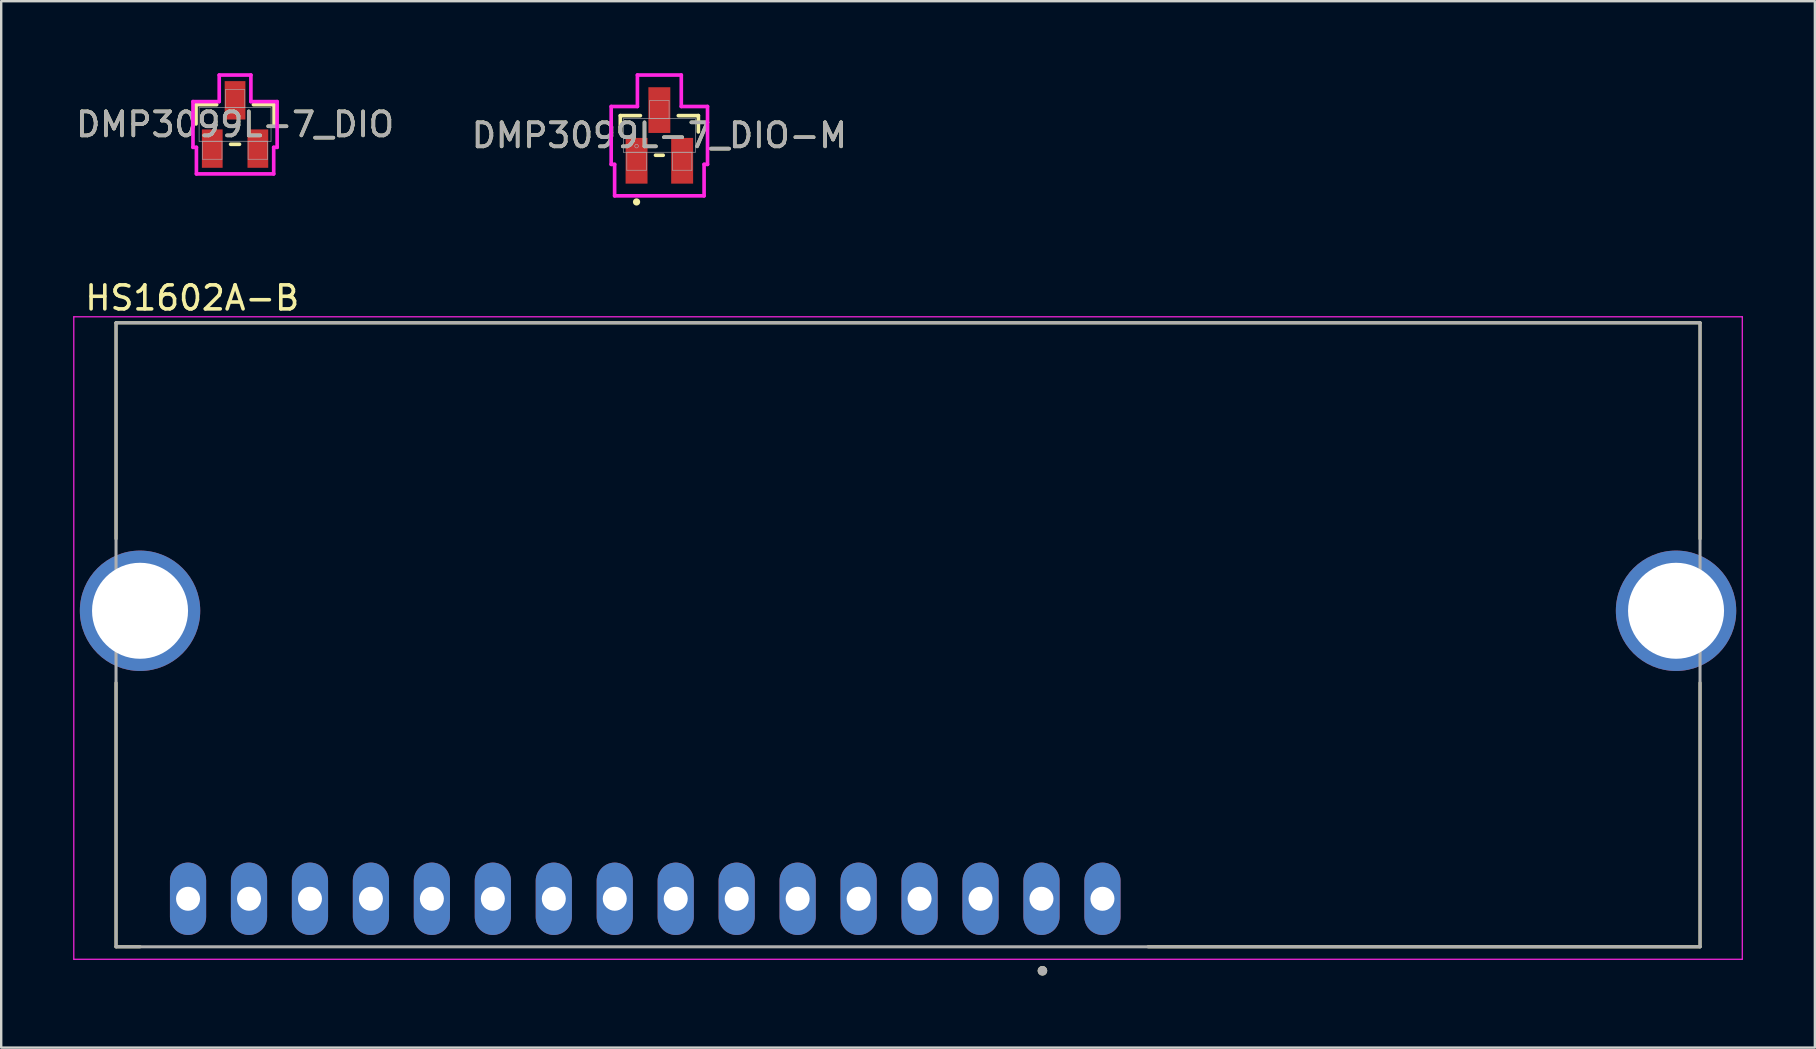
<source format=kicad_pcb>
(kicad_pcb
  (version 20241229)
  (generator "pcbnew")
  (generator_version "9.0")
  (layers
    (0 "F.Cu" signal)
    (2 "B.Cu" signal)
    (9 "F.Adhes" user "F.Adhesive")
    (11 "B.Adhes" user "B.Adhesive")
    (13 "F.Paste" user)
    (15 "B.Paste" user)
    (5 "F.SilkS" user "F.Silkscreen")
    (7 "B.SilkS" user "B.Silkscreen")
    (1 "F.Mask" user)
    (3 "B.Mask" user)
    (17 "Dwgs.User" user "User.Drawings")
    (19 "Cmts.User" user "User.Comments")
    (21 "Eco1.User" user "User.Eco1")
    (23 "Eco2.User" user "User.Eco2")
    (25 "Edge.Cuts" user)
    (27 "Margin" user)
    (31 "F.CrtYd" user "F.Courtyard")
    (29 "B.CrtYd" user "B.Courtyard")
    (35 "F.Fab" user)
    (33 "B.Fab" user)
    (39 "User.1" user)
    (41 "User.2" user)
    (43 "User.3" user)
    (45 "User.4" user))
  (footprint "DMP3099L-7_DIO-M"
    (layer "F.Cu")
    (at 24.423 2.593)
    (property "Reference" "DMP3099L-7_DIO-M" (at 0 0 0) (unlocked yes) (layer "F.SilkS") (effects (font (size 1 1) (thickness 0.15))))
    (attr smd)
    (fp_line (start -1.626 -0.826) (end -1.626 -0.147) (stroke (width 0.152) (type solid)) (layer "F.SilkS"))
    (fp_line (start -0.79 -0.826) (end -1.626 -0.826) (stroke (width 0.152) (type solid)) (layer "F.SilkS"))
    (fp_line (start -0.16 0.826) (end 0.16 0.826) (stroke (width 0.152) (type solid)) (layer "F.SilkS"))
    (fp_line (start 1.626 -0.826) (end 0.79 -0.826) (stroke (width 0.152) (type solid)) (layer "F.SilkS"))
    (fp_line (start 1.626 -0.147) (end 1.626 -0.826) (stroke (width 0.152) (type solid)) (layer "F.SilkS"))
    (fp_circle (center -0.95 2.771) (end -0.874 2.771) (stroke (width 0.152) (type solid)) (fill no) (layer "F.SilkS"))
    (fp_line (start -2.007 -1.206) (end -0.914 -1.206) (stroke (width 0.152) (type solid)) (layer "F.CrtYd"))
    (fp_line (start -2.007 1.206) (end -2.007 -1.206) (stroke (width 0.152) (type solid)) (layer "F.CrtYd"))
    (fp_line (start -2.007 1.206) (end -1.864 1.206) (stroke (width 0.152) (type solid)) (layer "F.CrtYd"))
    (fp_line (start -1.864 1.206) (end -1.864 2.517) (stroke (width 0.152) (type solid)) (layer "F.CrtYd"))
    (fp_line (start -1.864 2.517) (end 1.864 2.517) (stroke (width 0.152) (type solid)) (layer "F.CrtYd"))
    (fp_line (start -0.914 -2.517) (end 0.914 -2.517) (stroke (width 0.152) (type solid)) (layer "F.CrtYd"))
    (fp_line (start -0.914 -1.206) (end -0.914 -2.517) (stroke (width 0.152) (type solid)) (layer "F.CrtYd"))
    (fp_line (start 0.914 -1.206) (end 0.914 -2.517) (stroke (width 0.152) (type solid)) (layer "F.CrtYd"))
    (fp_line (start 1.864 1.206) (end 1.864 2.517) (stroke (width 0.152) (type solid)) (layer "F.CrtYd"))
    (fp_line (start 2.007 -1.206) (end 0.914 -1.206) (stroke (width 0.152) (type solid)) (layer "F.CrtYd"))
    (fp_line (start 2.007 -1.206) (end 2.007 1.206) (stroke (width 0.152) (type solid)) (layer "F.CrtYd"))
    (fp_line (start 2.007 1.206) (end 1.864 1.206) (stroke (width 0.152) (type solid)) (layer "F.CrtYd"))
    (fp_line (start -1.499 -0.699) (end -1.499 0.699) (stroke (width 0.025) (type solid)) (layer "F.Fab"))
    (fp_line (start -1.499 0.699) (end 1.499 0.699) (stroke (width 0.025) (type solid)) (layer "F.Fab"))
    (fp_line (start -1.356 0.699) (end -1.356 1.45) (stroke (width 0.025) (type solid)) (layer "F.Fab"))
    (fp_line (start -1.356 1.45) (end -0.544 1.45) (stroke (width 0.025) (type solid)) (layer "F.Fab"))
    (fp_line (start -0.544 0.699) (end -1.356 0.699) (stroke (width 0.025) (type solid)) (layer "F.Fab"))
    (fp_line (start -0.544 1.45) (end -0.544 0.699) (stroke (width 0.025) (type solid)) (layer "F.Fab"))
    (fp_line (start -0.406 -1.45) (end -0.406 -0.699) (stroke (width 0.025) (type solid)) (layer "F.Fab"))
    (fp_line (start -0.406 -0.699) (end 0.406 -0.699) (stroke (width 0.025) (type solid)) (layer "F.Fab"))
    (fp_line (start 0.406 -1.45) (end -0.406 -1.45) (stroke (width 0.025) (type solid)) (layer "F.Fab"))
    (fp_line (start 0.406 -0.699) (end 0.406 -1.45) (stroke (width 0.025) (type solid)) (layer "F.Fab"))
    (fp_line (start 0.544 0.699) (end 0.544 1.45) (stroke (width 0.025) (type solid)) (layer "F.Fab"))
    (fp_line (start 0.544 1.45) (end 1.356 1.45) (stroke (width 0.025) (type solid)) (layer "F.Fab"))
    (fp_line (start 1.356 0.699) (end 0.544 0.699) (stroke (width 0.025) (type solid)) (layer "F.Fab"))
    (fp_line (start 1.356 1.45) (end 1.356 0.699) (stroke (width 0.025) (type solid)) (layer "F.Fab"))
    (fp_line (start 1.499 -0.699) (end -1.499 -0.699) (stroke (width 0.025) (type solid)) (layer "F.Fab"))
    (fp_line (start 1.499 0.699) (end 1.499 -0.699) (stroke (width 0.025) (type solid)) (layer "F.Fab"))
    (fp_circle (center -0.95 0.445) (end -0.874 0.445) (stroke (width 0.025) (type solid)) (fill no) (layer "F.Fab"))
    (fp_text user "${REFERENCE}" (at 0 0 0) (unlocked yes) (layer "F.Fab") (effects (font (size 1 1) (thickness 0.15))))
    (pad "1" smd rect (at -0.95 1.056) (size 0.914 1.905) (layers "F.Cu" "F.Mask" "F.Paste"))
    (pad "2" smd rect (at 0.95 1.056) (size 0.914 1.905) (layers "F.Cu" "F.Mask" "F.Paste"))
    (pad "3" smd rect (at 0 -1.056) (size 0.914 1.905) (layers "F.Cu" "F.Mask" "F.Paste")))
  (footprint "HS1602A-B"
    (layer "F.Cu")
    (at 34.785 23.399)
    (property "Reference" "HS1602A-B" (at -29.825 -14.035 0) (layer "F.SilkS") (effects (font (size 1 1) (thickness 0.15))))
    (attr through_hole)
    (fp_line (start -33 -13) (end -33 -4) (stroke (width 0.127) (type solid)) (layer "F.SilkS"))
    (fp_line (start -33 2) (end -33 13) (stroke (width 0.127) (type solid)) (layer "F.SilkS"))
    (fp_line (start -33 13) (end -32 13) (stroke (width 0.127) (type solid)) (layer "F.SilkS"))
    (fp_line (start 10 13) (end 33 13) (stroke (width 0.127) (type solid)) (layer "F.SilkS"))
    (fp_line (start 33 -13) (end -33 -13) (stroke (width 0.127) (type solid)) (layer "F.SilkS"))
    (fp_line (start 33 -13) (end 33 -4) (stroke (width 0.127) (type solid)) (layer "F.SilkS"))
    (fp_line (start 33 2) (end 33 13) (stroke (width 0.127) (type solid)) (layer "F.SilkS"))
    (fp_circle (center 5.6 14) (end 5.7 14) (stroke (width 0.2) (type solid)) (fill no) (layer "F.SilkS"))
    (fp_line (start -34.76 -13.25) (end -34.76 13.52) (stroke (width 0.05) (type solid)) (layer "F.CrtYd"))
    (fp_line (start -34.76 13.52) (end 34.76 13.52) (stroke (width 0.05) (type solid)) (layer "F.CrtYd"))
    (fp_line (start 34.76 -13.25) (end -34.76 -13.25) (stroke (width 0.05) (type solid)) (layer "F.CrtYd"))
    (fp_line (start 34.76 13.52) (end 34.76 -13.25) (stroke (width 0.05) (type solid)) (layer "F.CrtYd"))
    (fp_line (start -33 -13) (end -33 13) (stroke (width 0.127) (type solid)) (layer "F.Fab"))
    (fp_line (start -33 13) (end 33 13) (stroke (width 0.127) (type solid)) (layer "F.Fab"))
    (fp_line (start 33 -13) (end -33 -13) (stroke (width 0.127) (type solid)) (layer "F.Fab"))
    (fp_line (start 33 13) (end 33 -13) (stroke (width 0.127) (type solid)) (layer "F.Fab"))
    (fp_circle (center 5.6 14) (end 5.7 14) (stroke (width 0.2) (type solid)) (fill no) (layer "F.Fab"))
    (pad "1" thru_hole oval (at 3.02 11) (size 1.508 3.016) (drill 1) (layers "*.Cu" "*.Mask"))
    (pad "2" thru_hole oval (at 0.48 11) (size 1.508 3.016) (drill 1) (layers "*.Cu" "*.Mask"))
    (pad "3" thru_hole oval (at -2.06 11) (size 1.508 3.016) (drill 1) (layers "*.Cu" "*.Mask"))
    (pad "4" thru_hole oval (at -4.6 11) (size 1.508 3.016) (drill 1) (layers "*.Cu" "*.Mask"))
    (pad "5" thru_hole oval (at -7.14 11) (size 1.508 3.016) (drill 1) (layers "*.Cu" "*.Mask"))
    (pad "6" thru_hole oval (at -9.68 11) (size 1.508 3.016) (drill 1) (layers "*.Cu" "*.Mask"))
    (pad "7" thru_hole oval (at -12.22 11) (size 1.508 3.016) (drill 1) (layers "*.Cu" "*.Mask"))
    (pad "8" thru_hole oval (at -14.76 11) (size 1.508 3.016) (drill 1) (layers "*.Cu" "*.Mask"))
    (pad "9" thru_hole oval (at -17.3 11) (size 1.508 3.016) (drill 1) (layers "*.Cu" "*.Mask"))
    (pad "10" thru_hole oval (at -19.84 11) (size 1.508 3.016) (drill 1) (layers "*.Cu" "*.Mask"))
    (pad "11" thru_hole oval (at -22.38 11) (size 1.508 3.016) (drill 1) (layers "*.Cu" "*.Mask"))
    (pad "12" thru_hole oval (at -24.92 11) (size 1.508 3.016) (drill 1) (layers "*.Cu" "*.Mask"))
    (pad "13" thru_hole oval (at -27.46 11) (size 1.508 3.016) (drill 1) (layers "*.Cu" "*.Mask"))
    (pad "14" thru_hole oval (at -30 11) (size 1.508 3.016) (drill 1) (layers "*.Cu" "*.Mask"))
    (pad "15" thru_hole oval (at 8.1 11) (size 1.508 3.016) (drill 1) (layers "*.Cu" "*.Mask"))
    (pad "16" thru_hole oval (at 5.56 11) (size 1.508 3.016) (drill 1) (layers "*.Cu" "*.Mask"))
    (pad "S1" thru_hole circle (at 32 -1) (size 5.016 5.016) (drill 4) (layers "*.Cu" "*.Mask"))
    (pad "S2" thru_hole circle (at -32 -1) (size 5.016 5.016) (drill 4) (layers "*.Cu" "*.Mask")))
  (footprint "DMP3099L-7_DIO"
    (layer "F.Cu")
    (at 6.744 2.136)
    (property "Reference" "DMP3099L-7_DIO" (at 0 0 0) (unlocked yes) (layer "F.SilkS") (effects (font (size 1 1) (thickness 0.15))))
    (attr smd)
    (fp_line (start -1.626 -0.826) (end -1.626 -0.021) (stroke (width 0.152) (type solid)) (layer "F.SilkS"))
    (fp_line (start -0.765 -0.826) (end -1.626 -0.826) (stroke (width 0.152) (type solid)) (layer "F.SilkS"))
    (fp_line (start -0.185 0.826) (end 0.185 0.826) (stroke (width 0.152) (type solid)) (layer "F.SilkS"))
    (fp_line (start 1.626 -0.826) (end 0.765 -0.826) (stroke (width 0.152) (type solid)) (layer "F.SilkS"))
    (fp_line (start 1.626 -0.021) (end 1.626 -0.826) (stroke (width 0.152) (type solid)) (layer "F.SilkS"))
    (fp_line (start -1.753 -0.953) (end -0.66 -0.953) (stroke (width 0.152) (type solid)) (layer "F.CrtYd"))
    (fp_line (start -1.753 0.953) (end -1.753 -0.953) (stroke (width 0.152) (type solid)) (layer "F.CrtYd"))
    (fp_line (start -1.753 0.953) (end -1.61 0.953) (stroke (width 0.152) (type solid)) (layer "F.CrtYd"))
    (fp_line (start -1.61 0.953) (end -1.61 2.06) (stroke (width 0.152) (type solid)) (layer "F.CrtYd"))
    (fp_line (start -1.61 2.06) (end 1.61 2.06) (stroke (width 0.152) (type solid)) (layer "F.CrtYd"))
    (fp_line (start -0.66 -2.06) (end 0.66 -2.06) (stroke (width 0.152) (type solid)) (layer "F.CrtYd"))
    (fp_line (start -0.66 -0.953) (end -0.66 -2.06) (stroke (width 0.152) (type solid)) (layer "F.CrtYd"))
    (fp_line (start 0.66 -0.953) (end 0.66 -2.06) (stroke (width 0.152) (type solid)) (layer "F.CrtYd"))
    (fp_line (start 1.61 0.953) (end 1.61 2.06) (stroke (width 0.152) (type solid)) (layer "F.CrtYd"))
    (fp_line (start 1.753 -0.953) (end 0.66 -0.953) (stroke (width 0.152) (type solid)) (layer "F.CrtYd"))
    (fp_line (start 1.753 -0.953) (end 1.753 0.953) (stroke (width 0.152) (type solid)) (layer "F.CrtYd"))
    (fp_line (start 1.753 0.953) (end 1.61 0.953) (stroke (width 0.152) (type solid)) (layer "F.CrtYd"))
    (fp_line (start -1.499 -0.699) (end -1.499 0.699) (stroke (width 0.025) (type solid)) (layer "F.Fab"))
    (fp_line (start -1.499 0.699) (end 1.499 0.699) (stroke (width 0.025) (type solid)) (layer "F.Fab"))
    (fp_line (start -1.356 0.699) (end -1.356 1.45) (stroke (width 0.025) (type solid)) (layer "F.Fab"))
    (fp_line (start -1.356 1.45) (end -0.544 1.45) (stroke (width 0.025) (type solid)) (layer "F.Fab"))
    (fp_line (start -0.544 0.699) (end -1.356 0.699) (stroke (width 0.025) (type solid)) (layer "F.Fab"))
    (fp_line (start -0.544 1.45) (end -0.544 0.699) (stroke (width 0.025) (type solid)) (layer "F.Fab"))
    (fp_line (start -0.406 -1.45) (end -0.406 -0.699) (stroke (width 0.025) (type solid)) (layer "F.Fab"))
    (fp_line (start -0.406 -0.699) (end 0.406 -0.699) (stroke (width 0.025) (type solid)) (layer "F.Fab"))
    (fp_line (start 0.406 -1.45) (end -0.406 -1.45) (stroke (width 0.025) (type solid)) (layer "F.Fab"))
    (fp_line (start 0.406 -0.699) (end 0.406 -1.45) (stroke (width 0.025) (type solid)) (layer "F.Fab"))
    (fp_line (start 0.544 0.699) (end 0.544 1.45) (stroke (width 0.025) (type solid)) (layer "F.Fab"))
    (fp_line (start 0.544 1.45) (end 1.356 1.45) (stroke (width 0.025) (type solid)) (layer "F.Fab"))
    (fp_line (start 1.356 0.699) (end 0.544 0.699) (stroke (width 0.025) (type solid)) (layer "F.Fab"))
    (fp_line (start 1.356 1.45) (end 1.356 0.699) (stroke (width 0.025) (type solid)) (layer "F.Fab"))
    (fp_line (start 1.499 -0.699) (end -1.499 -0.699) (stroke (width 0.025) (type solid)) (layer "F.Fab"))
    (fp_line (start 1.499 0.699) (end 1.499 -0.699) (stroke (width 0.025) (type solid)) (layer "F.Fab"))
    (fp_circle (center -0.95 0.445) (end -0.95 0.445) (stroke (width 0.025) (type solid)) (fill no) (layer "F.Fab"))
    (fp_text user "${REFERENCE}" (at 0 0 0) (unlocked yes) (layer "F.Fab") (effects (font (size 1 1) (thickness 0.15))))
    (pad "1" smd rect (at -0.95 1.006) (size 0.864 1.6) (layers "F.Cu" "F.Mask" "F.Paste"))
    (pad "2" smd rect (at 0.95 1.006) (size 0.864 1.6) (layers "F.Cu" "F.Mask" "F.Paste"))
    (pad "3" smd rect (at 0 -1.006) (size 0.864 1.6) (layers "F.Cu" "F.Mask" "F.Paste")))
  (gr_rect
    (start -3 -3)
    (end 72.57 40.599)
    (stroke (width 0.1) (type default))
    (fill no)
    (layer "Edge.Cuts")))
</source>
